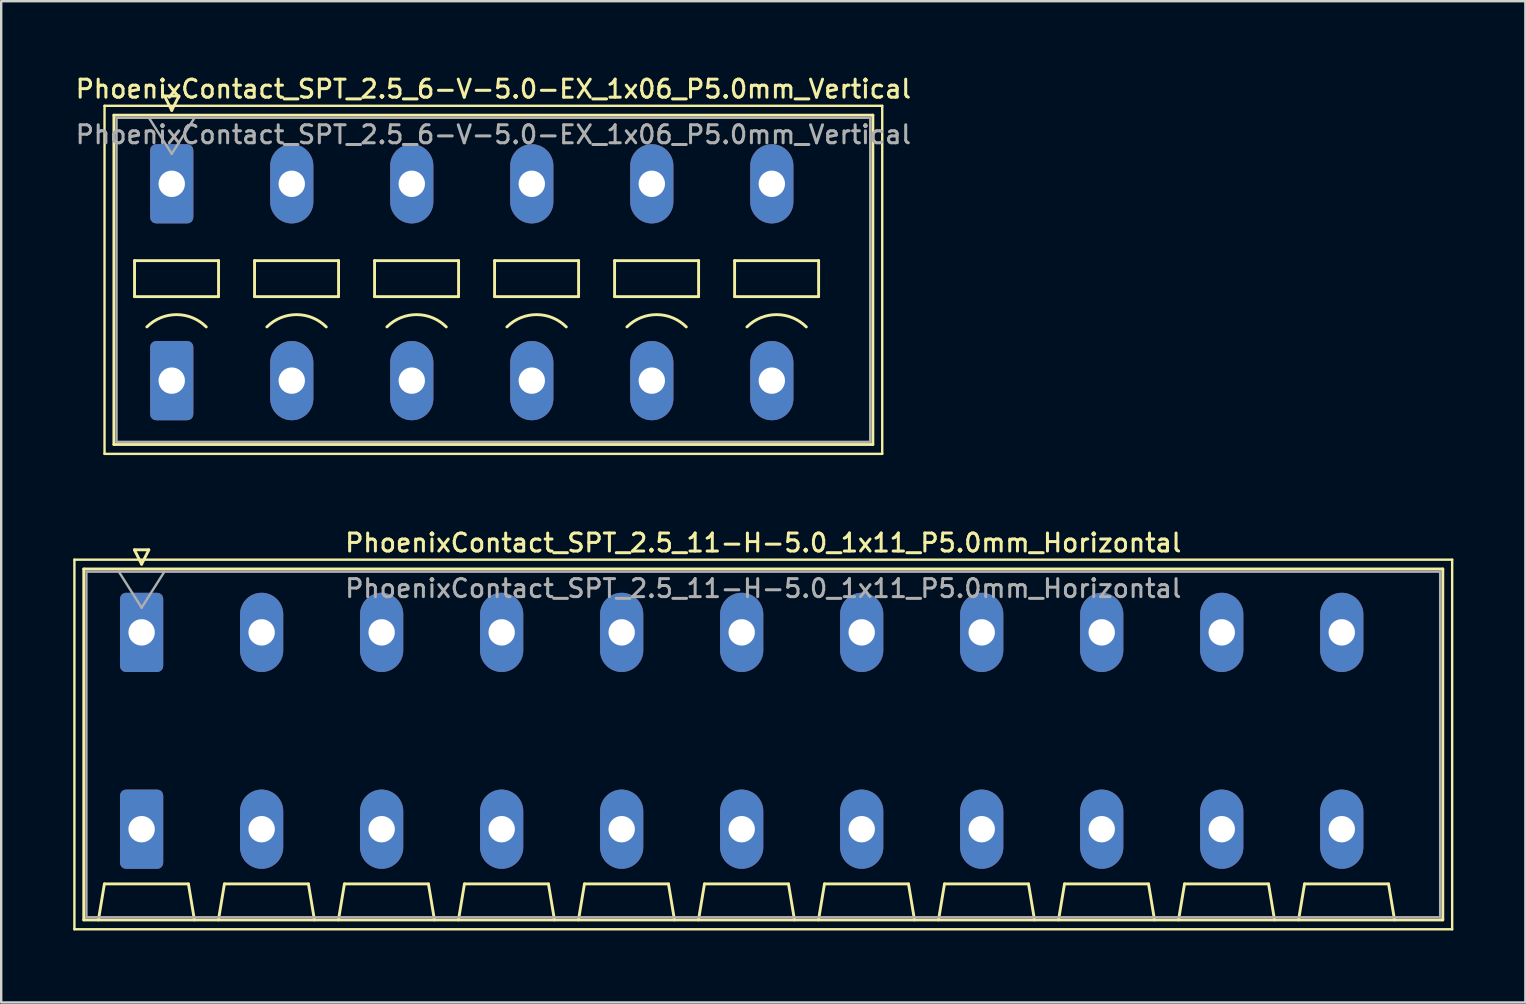
<source format=kicad_pcb>
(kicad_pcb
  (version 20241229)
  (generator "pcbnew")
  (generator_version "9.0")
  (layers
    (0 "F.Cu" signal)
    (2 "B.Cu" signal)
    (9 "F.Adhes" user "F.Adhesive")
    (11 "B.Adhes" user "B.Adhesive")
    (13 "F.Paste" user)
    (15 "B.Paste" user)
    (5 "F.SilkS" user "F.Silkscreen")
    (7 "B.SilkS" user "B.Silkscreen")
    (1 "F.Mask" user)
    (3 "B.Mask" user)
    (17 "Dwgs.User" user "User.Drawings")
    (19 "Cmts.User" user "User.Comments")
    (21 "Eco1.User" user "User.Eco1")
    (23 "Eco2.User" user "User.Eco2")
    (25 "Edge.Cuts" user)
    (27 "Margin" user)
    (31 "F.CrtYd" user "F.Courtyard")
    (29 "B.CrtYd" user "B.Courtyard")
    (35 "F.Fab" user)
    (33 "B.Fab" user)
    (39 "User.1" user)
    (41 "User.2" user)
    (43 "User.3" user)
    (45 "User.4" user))
  (footprint "PhoenixContact_SPT_2.5_6-V-5.0-EX_1x06_P5.0mm_Vertical"
    (layer "F.Cu")
    (at 4.105 4.608)
    (property "Reference" "PhoenixContact_SPT_2.5_6-V-5.0-EX_1x06_P5.0mm_Vertical" (at 13.4 -3.95 0) (layer "F.SilkS") (effects (font (size 0.75 0.75) (thickness 0.125))))
    (attr through_hole)
    (fp_line (start -2.8 -3.25) (end -2.8 11.25) (stroke (width 0.1) (type solid)) (layer "F.SilkS"))
    (fp_line (start -2.8 11.25) (end 29.6 11.25) (stroke (width 0.1) (type solid)) (layer "F.SilkS"))
    (fp_line (start -2.41 -2.86) (end 29.21 -2.86) (stroke (width 0.12) (type solid)) (layer "F.SilkS"))
    (fp_line (start -2.41 10.86) (end -2.41 -2.86) (stroke (width 0.12) (type solid)) (layer "F.SilkS"))
    (fp_line (start -1.55 3.2) (end -1.55 4.7) (stroke (width 0.12) (type solid)) (layer "F.SilkS"))
    (fp_line (start -1.55 4.7) (end 1.95 4.7) (stroke (width 0.12) (type solid)) (layer "F.SilkS"))
    (fp_line (start -0.3 -3.66) (end 0 -3.06) (stroke (width 0.12) (type solid)) (layer "F.SilkS"))
    (fp_line (start -0.3 -3.66) (end 0.3 -3.66) (stroke (width 0.12) (type solid)) (layer "F.SilkS"))
    (fp_line (start 0.3 -3.66) (end 0 -3.06) (stroke (width 0.12) (type solid)) (layer "F.SilkS"))
    (fp_line (start 1.95 3.2) (end -1.55 3.2) (stroke (width 0.12) (type solid)) (layer "F.SilkS"))
    (fp_line (start 1.95 4.7) (end 1.95 3.2) (stroke (width 0.12) (type solid)) (layer "F.SilkS"))
    (fp_line (start 3.45 3.2) (end 3.45 4.7) (stroke (width 0.12) (type solid)) (layer "F.SilkS"))
    (fp_line (start 3.45 4.7) (end 6.95 4.7) (stroke (width 0.12) (type solid)) (layer "F.SilkS"))
    (fp_line (start 6.95 3.2) (end 3.45 3.2) (stroke (width 0.12) (type solid)) (layer "F.SilkS"))
    (fp_line (start 6.95 4.7) (end 6.95 3.2) (stroke (width 0.12) (type solid)) (layer "F.SilkS"))
    (fp_line (start 8.45 3.2) (end 8.45 4.7) (stroke (width 0.12) (type solid)) (layer "F.SilkS"))
    (fp_line (start 8.45 4.7) (end 11.95 4.7) (stroke (width 0.12) (type solid)) (layer "F.SilkS"))
    (fp_line (start 11.95 3.2) (end 8.45 3.2) (stroke (width 0.12) (type solid)) (layer "F.SilkS"))
    (fp_line (start 11.95 4.7) (end 11.95 3.2) (stroke (width 0.12) (type solid)) (layer "F.SilkS"))
    (fp_line (start 13.45 3.2) (end 13.45 4.7) (stroke (width 0.12) (type solid)) (layer "F.SilkS"))
    (fp_line (start 13.45 4.7) (end 16.95 4.7) (stroke (width 0.12) (type solid)) (layer "F.SilkS"))
    (fp_line (start 16.95 3.2) (end 13.45 3.2) (stroke (width 0.12) (type solid)) (layer "F.SilkS"))
    (fp_line (start 16.95 4.7) (end 16.95 3.2) (stroke (width 0.12) (type solid)) (layer "F.SilkS"))
    (fp_line (start 18.45 3.2) (end 18.45 4.7) (stroke (width 0.12) (type solid)) (layer "F.SilkS"))
    (fp_line (start 18.45 4.7) (end 21.95 4.7) (stroke (width 0.12) (type solid)) (layer "F.SilkS"))
    (fp_line (start 21.95 3.2) (end 18.45 3.2) (stroke (width 0.12) (type solid)) (layer "F.SilkS"))
    (fp_line (start 21.95 4.7) (end 21.95 3.2) (stroke (width 0.12) (type solid)) (layer "F.SilkS"))
    (fp_line (start 23.45 3.2) (end 23.45 4.7) (stroke (width 0.12) (type solid)) (layer "F.SilkS"))
    (fp_line (start 23.45 4.7) (end 26.95 4.7) (stroke (width 0.12) (type solid)) (layer "F.SilkS"))
    (fp_line (start 26.95 3.2) (end 23.45 3.2) (stroke (width 0.12) (type solid)) (layer "F.SilkS"))
    (fp_line (start 26.95 4.7) (end 26.95 3.2) (stroke (width 0.12) (type solid)) (layer "F.SilkS"))
    (fp_line (start 29.21 -2.86) (end 29.21 10.86) (stroke (width 0.12) (type solid)) (layer "F.SilkS"))
    (fp_line (start 29.21 10.86) (end -2.41 10.86) (stroke (width 0.12) (type solid)) (layer "F.SilkS"))
    (fp_line (start 29.6 -3.25) (end -2.8 -3.25) (stroke (width 0.1) (type solid)) (layer "F.SilkS"))
    (fp_line (start 29.6 11.25) (end 29.6 -3.25) (stroke (width 0.1) (type solid)) (layer "F.SilkS"))
    (fp_arc (start -1.037437 5.962563) (mid 0.2 5.45) (end 1.437437 5.962563) (stroke (width 0.12) (type solid)) (layer "F.SilkS"))
    (fp_arc (start 3.962563 5.962563) (mid 5.2 5.45) (end 6.437437 5.962563) (stroke (width 0.12) (type solid)) (layer "F.SilkS"))
    (fp_arc (start 8.962563 5.962563) (mid 10.2 5.45) (end 11.437437 5.962563) (stroke (width 0.12) (type solid)) (layer "F.SilkS"))
    (fp_arc (start 13.962563 5.962563) (mid 15.2 5.45) (end 16.437437 5.962563) (stroke (width 0.12) (type solid)) (layer "F.SilkS"))
    (fp_arc (start 18.962563 5.962563) (mid 20.2 5.45) (end 21.437437 5.962563) (stroke (width 0.12) (type solid)) (layer "F.SilkS"))
    (fp_arc (start 23.962563 5.962563) (mid 25.2 5.45) (end 26.437437 5.962563) (stroke (width 0.12) (type solid)) (layer "F.SilkS"))
    (fp_line (start -2.3 -2.75) (end -2.3 10.75) (stroke (width 0.1) (type solid)) (layer "F.Fab"))
    (fp_line (start -2.3 10.75) (end 29.1 10.75) (stroke (width 0.1) (type solid)) (layer "F.Fab"))
    (fp_line (start -0.95 -2.75) (end 0 -1.25) (stroke (width 0.1) (type solid)) (layer "F.Fab"))
    (fp_line (start 0.95 -2.75) (end 0 -1.25) (stroke (width 0.1) (type solid)) (layer "F.Fab"))
    (fp_line (start 29.1 -2.75) (end -2.3 -2.75) (stroke (width 0.1) (type solid)) (layer "F.Fab"))
    (fp_line (start 29.1 10.75) (end 29.1 -2.75) (stroke (width 0.1) (type solid)) (layer "F.Fab"))
    (fp_text user "${REFERENCE}" (at 13.4 -2.05 0) (layer "F.Fab") (effects (font (size 0.75 0.75) (thickness 0.125))))
    (pad "1" thru_hole roundrect (at 0 0) (size 1.8 3.3) (drill 1.1) (layers "*.Cu" "*.Mask") (roundrect_rratio 0.139))
    (pad "1" thru_hole roundrect (at 0 8.2) (size 1.8 3.3) (drill 1.1) (layers "*.Cu" "*.Mask") (roundrect_rratio 0.139))
    (pad "2" thru_hole oval (at 5 0) (size 1.8 3.3) (drill 1.1) (layers "*.Cu" "*.Mask"))
    (pad "2" thru_hole oval (at 5 8.2) (size 1.8 3.3) (drill 1.1) (layers "*.Cu" "*.Mask"))
    (pad "3" thru_hole oval (at 10 0) (size 1.8 3.3) (drill 1.1) (layers "*.Cu" "*.Mask"))
    (pad "3" thru_hole oval (at 10 8.2) (size 1.8 3.3) (drill 1.1) (layers "*.Cu" "*.Mask"))
    (pad "4" thru_hole oval (at 15 0) (size 1.8 3.3) (drill 1.1) (layers "*.Cu" "*.Mask"))
    (pad "4" thru_hole oval (at 15 8.2) (size 1.8 3.3) (drill 1.1) (layers "*.Cu" "*.Mask"))
    (pad "5" thru_hole oval (at 20 0) (size 1.8 3.3) (drill 1.1) (layers "*.Cu" "*.Mask"))
    (pad "5" thru_hole oval (at 20 8.2) (size 1.8 3.3) (drill 1.1) (layers "*.Cu" "*.Mask"))
    (pad "6" thru_hole oval (at 25 0) (size 1.8 3.3) (drill 1.1) (layers "*.Cu" "*.Mask"))
    (pad "6" thru_hole oval (at 25 8.2) (size 1.8 3.3) (drill 1.1) (layers "*.Cu" "*.Mask")))
  (footprint "PhoenixContact_SPT_2.5_11-H-5.0_1x11_P5.0mm_Horizontal"
    (layer "F.Cu")
    (at 2.85 23.296)
    (property "Reference" "PhoenixContact_SPT_2.5_11-H-5.0_1x11_P5.0mm_Horizontal" (at 25.9 -3.73 0) (layer "F.SilkS") (effects (font (size 0.75 0.75) (thickness 0.125))))
    (attr through_hole)
    (fp_line (start -2.8 -3.03) (end -2.8 12.37) (stroke (width 0.1) (type solid)) (layer "F.SilkS"))
    (fp_line (start -2.8 12.37) (end 54.6 12.37) (stroke (width 0.1) (type solid)) (layer "F.SilkS"))
    (fp_line (start -2.41 -2.64) (end 54.21 -2.64) (stroke (width 0.12) (type solid)) (layer "F.SilkS"))
    (fp_line (start -2.41 11.98) (end -2.41 -2.64) (stroke (width 0.12) (type solid)) (layer "F.SilkS"))
    (fp_line (start -1.8 11.98) (end -1.55 10.48) (stroke (width 0.12) (type solid)) (layer "F.SilkS"))
    (fp_line (start -1.55 10.48) (end 1.95 10.48) (stroke (width 0.12) (type solid)) (layer "F.SilkS"))
    (fp_line (start -0.3 -3.44) (end 0 -2.84) (stroke (width 0.12) (type solid)) (layer "F.SilkS"))
    (fp_line (start -0.3 -3.44) (end 0.3 -3.44) (stroke (width 0.12) (type solid)) (layer "F.SilkS"))
    (fp_line (start 0.3 -3.44) (end 0 -2.84) (stroke (width 0.12) (type solid)) (layer "F.SilkS"))
    (fp_line (start 2.2 11.98) (end 1.95 10.48) (stroke (width 0.12) (type solid)) (layer "F.SilkS"))
    (fp_line (start 3.2 11.98) (end 3.45 10.48) (stroke (width 0.12) (type solid)) (layer "F.SilkS"))
    (fp_line (start 3.45 10.48) (end 6.95 10.48) (stroke (width 0.12) (type solid)) (layer "F.SilkS"))
    (fp_line (start 7.2 11.98) (end 6.95 10.48) (stroke (width 0.12) (type solid)) (layer "F.SilkS"))
    (fp_line (start 8.2 11.98) (end 8.45 10.48) (stroke (width 0.12) (type solid)) (layer "F.SilkS"))
    (fp_line (start 8.45 10.48) (end 11.95 10.48) (stroke (width 0.12) (type solid)) (layer "F.SilkS"))
    (fp_line (start 12.2 11.98) (end 11.95 10.48) (stroke (width 0.12) (type solid)) (layer "F.SilkS"))
    (fp_line (start 13.2 11.98) (end 13.45 10.48) (stroke (width 0.12) (type solid)) (layer "F.SilkS"))
    (fp_line (start 13.45 10.48) (end 16.95 10.48) (stroke (width 0.12) (type solid)) (layer "F.SilkS"))
    (fp_line (start 17.2 11.98) (end 16.95 10.48) (stroke (width 0.12) (type solid)) (layer "F.SilkS"))
    (fp_line (start 18.2 11.98) (end 18.45 10.48) (stroke (width 0.12) (type solid)) (layer "F.SilkS"))
    (fp_line (start 18.45 10.48) (end 21.95 10.48) (stroke (width 0.12) (type solid)) (layer "F.SilkS"))
    (fp_line (start 22.2 11.98) (end 21.95 10.48) (stroke (width 0.12) (type solid)) (layer "F.SilkS"))
    (fp_line (start 23.2 11.98) (end 23.45 10.48) (stroke (width 0.12) (type solid)) (layer "F.SilkS"))
    (fp_line (start 23.45 10.48) (end 26.95 10.48) (stroke (width 0.12) (type solid)) (layer "F.SilkS"))
    (fp_line (start 27.2 11.98) (end 26.95 10.48) (stroke (width 0.12) (type solid)) (layer "F.SilkS"))
    (fp_line (start 28.2 11.98) (end 28.45 10.48) (stroke (width 0.12) (type solid)) (layer "F.SilkS"))
    (fp_line (start 28.45 10.48) (end 31.95 10.48) (stroke (width 0.12) (type solid)) (layer "F.SilkS"))
    (fp_line (start 32.2 11.98) (end 31.95 10.48) (stroke (width 0.12) (type solid)) (layer "F.SilkS"))
    (fp_line (start 33.2 11.98) (end 33.45 10.48) (stroke (width 0.12) (type solid)) (layer "F.SilkS"))
    (fp_line (start 33.45 10.48) (end 36.95 10.48) (stroke (width 0.12) (type solid)) (layer "F.SilkS"))
    (fp_line (start 37.2 11.98) (end 36.95 10.48) (stroke (width 0.12) (type solid)) (layer "F.SilkS"))
    (fp_line (start 38.2 11.98) (end 38.45 10.48) (stroke (width 0.12) (type solid)) (layer "F.SilkS"))
    (fp_line (start 38.45 10.48) (end 41.95 10.48) (stroke (width 0.12) (type solid)) (layer "F.SilkS"))
    (fp_line (start 42.2 11.98) (end 41.95 10.48) (stroke (width 0.12) (type solid)) (layer "F.SilkS"))
    (fp_line (start 43.2 11.98) (end 43.45 10.48) (stroke (width 0.12) (type solid)) (layer "F.SilkS"))
    (fp_line (start 43.45 10.48) (end 46.95 10.48) (stroke (width 0.12) (type solid)) (layer "F.SilkS"))
    (fp_line (start 47.2 11.98) (end 46.95 10.48) (stroke (width 0.12) (type solid)) (layer "F.SilkS"))
    (fp_line (start 48.2 11.98) (end 48.45 10.48) (stroke (width 0.12) (type solid)) (layer "F.SilkS"))
    (fp_line (start 48.45 10.48) (end 51.95 10.48) (stroke (width 0.12) (type solid)) (layer "F.SilkS"))
    (fp_line (start 52.2 11.98) (end 51.95 10.48) (stroke (width 0.12) (type solid)) (layer "F.SilkS"))
    (fp_line (start 54.21 -2.64) (end 54.21 11.98) (stroke (width 0.12) (type solid)) (layer "F.SilkS"))
    (fp_line (start 54.21 11.98) (end -2.41 11.98) (stroke (width 0.12) (type solid)) (layer "F.SilkS"))
    (fp_line (start 54.6 -3.03) (end -2.8 -3.03) (stroke (width 0.1) (type solid)) (layer "F.SilkS"))
    (fp_line (start 54.6 12.37) (end 54.6 -3.03) (stroke (width 0.1) (type solid)) (layer "F.SilkS"))
    (fp_line (start -2.3 -2.53) (end -2.3 11.87) (stroke (width 0.1) (type solid)) (layer "F.Fab"))
    (fp_line (start -2.3 11.87) (end 54.1 11.87) (stroke (width 0.1) (type solid)) (layer "F.Fab"))
    (fp_line (start -0.95 -2.53) (end 0 -1.03) (stroke (width 0.1) (type solid)) (layer "F.Fab"))
    (fp_line (start 0.95 -2.53) (end 0 -1.03) (stroke (width 0.1) (type solid)) (layer "F.Fab"))
    (fp_line (start 54.1 -2.53) (end -2.3 -2.53) (stroke (width 0.1) (type solid)) (layer "F.Fab"))
    (fp_line (start 54.1 11.87) (end 54.1 -2.53) (stroke (width 0.1) (type solid)) (layer "F.Fab"))
    (fp_text user "${REFERENCE}" (at 25.9 -1.83 0) (layer "F.Fab") (effects (font (size 0.75 0.75) (thickness 0.125))))
    (pad "1" thru_hole roundrect (at 0 0) (size 1.8 3.3) (drill 1.1) (layers "*.Cu" "*.Mask") (roundrect_rratio 0.139))
    (pad "1" thru_hole roundrect (at 0 8.2) (size 1.8 3.3) (drill 1.1) (layers "*.Cu" "*.Mask") (roundrect_rratio 0.139))
    (pad "2" thru_hole oval (at 5 0) (size 1.8 3.3) (drill 1.1) (layers "*.Cu" "*.Mask"))
    (pad "2" thru_hole oval (at 5 8.2) (size 1.8 3.3) (drill 1.1) (layers "*.Cu" "*.Mask"))
    (pad "3" thru_hole oval (at 10 0) (size 1.8 3.3) (drill 1.1) (layers "*.Cu" "*.Mask"))
    (pad "3" thru_hole oval (at 10 8.2) (size 1.8 3.3) (drill 1.1) (layers "*.Cu" "*.Mask"))
    (pad "4" thru_hole oval (at 15 0) (size 1.8 3.3) (drill 1.1) (layers "*.Cu" "*.Mask"))
    (pad "4" thru_hole oval (at 15 8.2) (size 1.8 3.3) (drill 1.1) (layers "*.Cu" "*.Mask"))
    (pad "5" thru_hole oval (at 20 0) (size 1.8 3.3) (drill 1.1) (layers "*.Cu" "*.Mask"))
    (pad "5" thru_hole oval (at 20 8.2) (size 1.8 3.3) (drill 1.1) (layers "*.Cu" "*.Mask"))
    (pad "6" thru_hole oval (at 25 0) (size 1.8 3.3) (drill 1.1) (layers "*.Cu" "*.Mask"))
    (pad "6" thru_hole oval (at 25 8.2) (size 1.8 3.3) (drill 1.1) (layers "*.Cu" "*.Mask"))
    (pad "7" thru_hole oval (at 30 0) (size 1.8 3.3) (drill 1.1) (layers "*.Cu" "*.Mask"))
    (pad "7" thru_hole oval (at 30 8.2) (size 1.8 3.3) (drill 1.1) (layers "*.Cu" "*.Mask"))
    (pad "8" thru_hole oval (at 35 0) (size 1.8 3.3) (drill 1.1) (layers "*.Cu" "*.Mask"))
    (pad "8" thru_hole oval (at 35 8.2) (size 1.8 3.3) (drill 1.1) (layers "*.Cu" "*.Mask"))
    (pad "9" thru_hole oval (at 40 0) (size 1.8 3.3) (drill 1.1) (layers "*.Cu" "*.Mask"))
    (pad "9" thru_hole oval (at 40 8.2) (size 1.8 3.3) (drill 1.1) (layers "*.Cu" "*.Mask"))
    (pad "10" thru_hole oval (at 45 0) (size 1.8 3.3) (drill 1.1) (layers "*.Cu" "*.Mask"))
    (pad "10" thru_hole oval (at 45 8.2) (size 1.8 3.3) (drill 1.1) (layers "*.Cu" "*.Mask"))
    (pad "11" thru_hole oval (at 50 0) (size 1.8 3.3) (drill 1.1) (layers "*.Cu" "*.Mask"))
    (pad "11" thru_hole oval (at 50 8.2) (size 1.8 3.3) (drill 1.1) (layers "*.Cu" "*.Mask")))
  (gr_rect
    (start -3 -3)
    (end 60.5 38.716)
    (stroke (width 0.1) (type default))
    (fill no)
    (layer "Edge.Cuts")))
</source>
